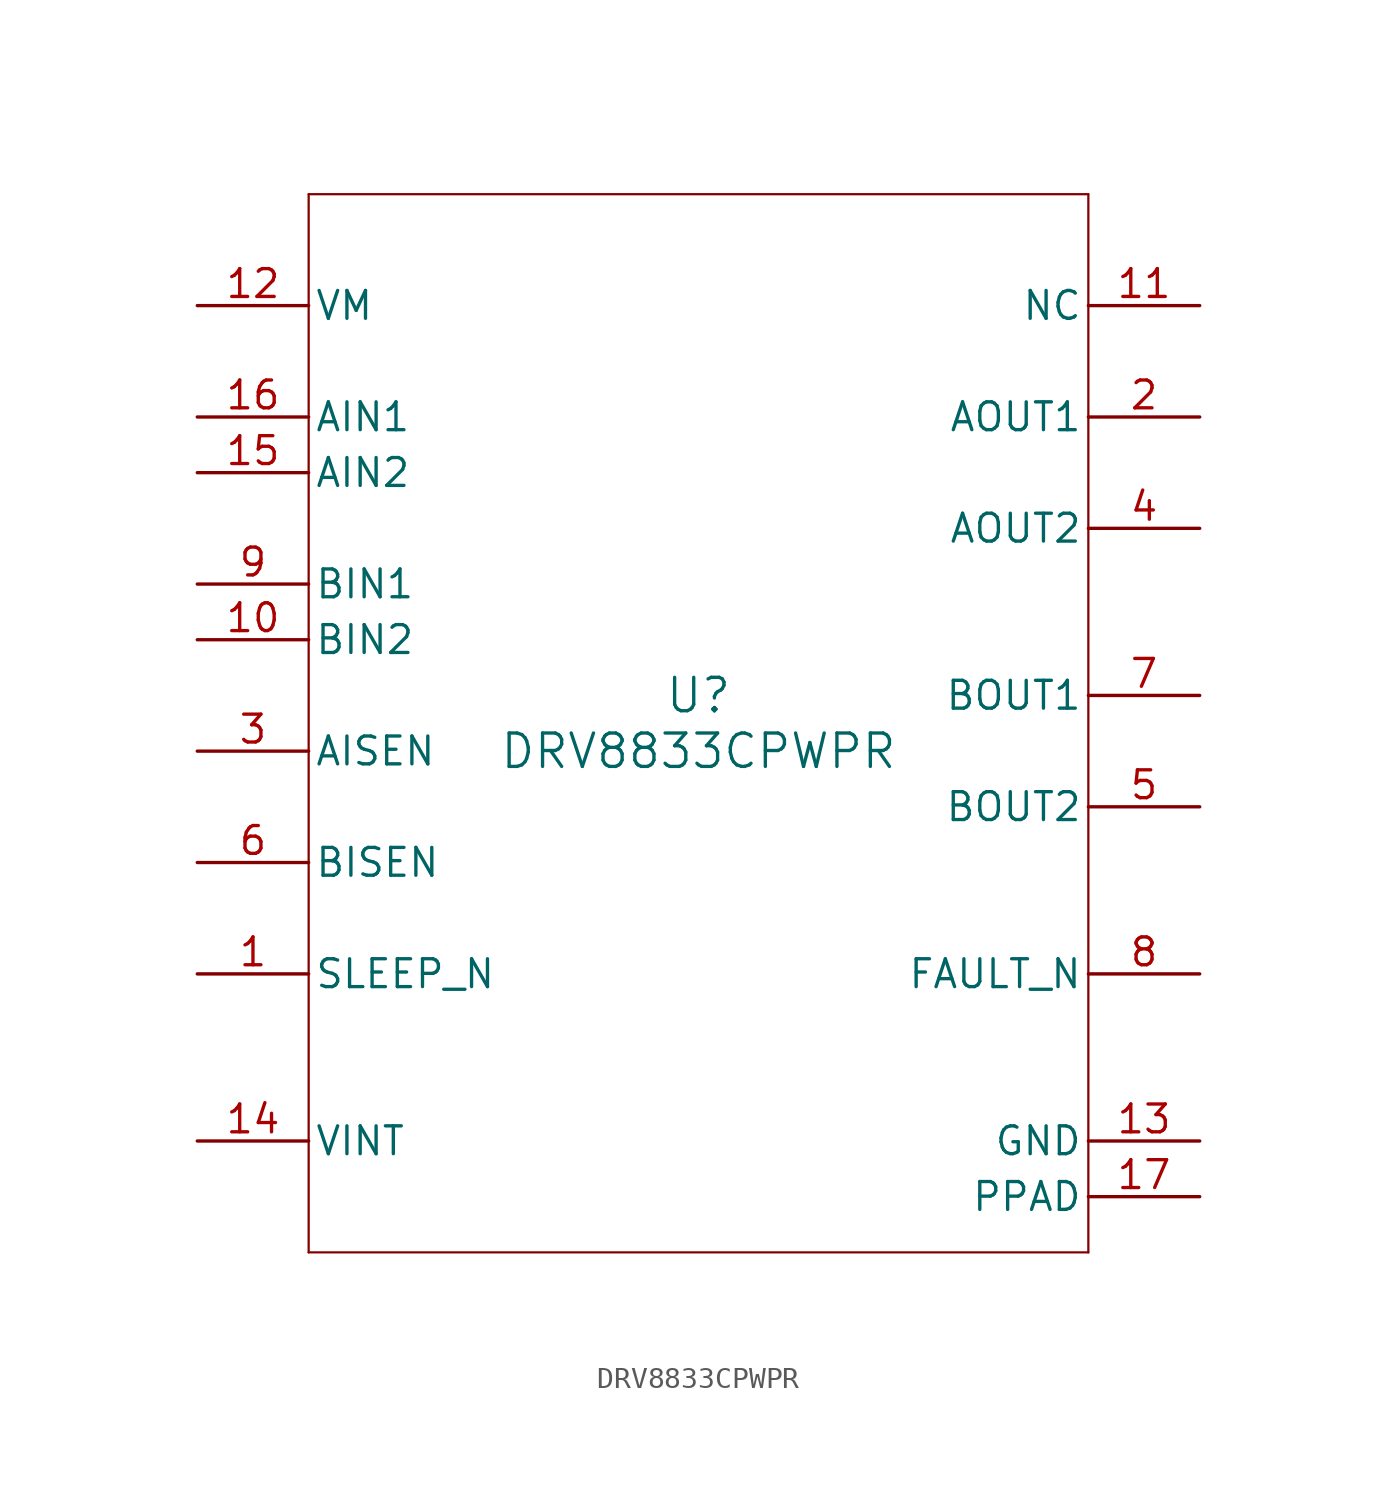
<source format=kicad_sym>
(kicad_symbol_lib
  (version 20211014)
  (generator kicad_symbol_editor)
  (symbol "DRV8833CPWPR"
    (pin_names
      (offset 0.254))
    (property "Reference" "U"
      (at 0 2.54 0)
      (effects (font (size 1.524 1.524))))
    (property "Value" "DRV8833CPWPR"
      (at 0 0 0)
      (effects (font (size 1.524 1.524))))
    (symbol "DRV8833CPWPR_0_1"
      (polyline (pts (xy -17.78 -22.86) (xy 17.78 -22.86)) (stroke (width 0.102) (type default) (color 0 0 0 0)) (fill (type none)))
      (polyline (pts (xy 17.78 -22.86) (xy 17.78 25.4)) (stroke (width 0.102) (type default) (color 0 0 0 0)) (fill (type none)))
      (polyline (pts (xy 17.78 25.4) (xy -17.78 25.4)) (stroke (width 0.102) (type default) (color 0 0 0 0)) (fill (type none)))
      (polyline (pts (xy -17.78 25.4) (xy -17.78 -22.86)) (stroke (width 0.102) (type default) (color 0 0 0 0)) (fill (type none)))
      (pin input line (at -22.86 -10.16 0) (length 5.08) (name "SLEEP_N" (effects (font (size 1.27 1.27)))) (number "1" (effects (font (size 1.27 1.27)))))
      (pin tri_state line (at 22.86 15.24 180) (length 5.08) (name "AOUT1" (effects (font (size 1.27 1.27)))) (number "2" (effects (font (size 1.27 1.27)))))
      (pin input line (at -22.86 0 0) (length 5.08) (name "AISEN" (effects (font (size 1.27 1.27)))) (number "3" (effects (font (size 1.27 1.27)))))
      (pin tri_state line (at 22.86 10.16 180) (length 5.08) (name "AOUT2" (effects (font (size 1.27 1.27)))) (number "4" (effects (font (size 1.27 1.27)))))
      (pin tri_state line (at 22.86 -2.54 180) (length 5.08) (name "BOUT2" (effects (font (size 1.27 1.27)))) (number "5" (effects (font (size 1.27 1.27)))))
      (pin input line (at -22.86 -5.08 0) (length 5.08) (name "BISEN" (effects (font (size 1.27 1.27)))) (number "6" (effects (font (size 1.27 1.27)))))
      (pin tri_state line (at 22.86 2.54 180) (length 5.08) (name "BOUT1" (effects (font (size 1.27 1.27)))) (number "7" (effects (font (size 1.27 1.27)))))
      (pin open_collector line (at 22.86 -10.16 180) (length 5.08) (name "FAULT_N" (effects (font (size 1.27 1.27)))) (number "8" (effects (font (size 1.27 1.27)))))
      (pin input line (at -22.86 7.62 0) (length 5.08) (name "BIN1" (effects (font (size 1.27 1.27)))) (number "9" (effects (font (size 1.27 1.27)))))
      (pin input line (at -22.86 5.08 0) (length 5.08) (name "BIN2" (effects (font (size 1.27 1.27)))) (number "10" (effects (font (size 1.27 1.27)))))
      (pin unspecified line (at 22.86 20.32 180) (length 5.08) (name "NC" (effects (font (size 1.27 1.27)))) (number "11" (effects (font (size 1.27 1.27)))))
      (pin power_in line (at -22.86 20.32 0) (length 5.08) (name "VM" (effects (font (size 1.27 1.27)))) (number "12" (effects (font (size 1.27 1.27)))))
      (pin power_in line (at 22.86 -17.78 180) (length 5.08) (name "GND" (effects (font (size 1.27 1.27)))) (number "13" (effects (font (size 1.27 1.27)))))
      (pin unspecified line (at -22.86 -17.78 0) (length 5.08) (name "VINT" (effects (font (size 1.27 1.27)))) (number "14" (effects (font (size 1.27 1.27)))))
      (pin input line (at -22.86 12.7 0) (length 5.08) (name "AIN2" (effects (font (size 1.27 1.27)))) (number "15" (effects (font (size 1.27 1.27)))))
      (pin input line (at -22.86 15.24 0) (length 5.08) (name "AIN1" (effects (font (size 1.27 1.27)))) (number "16" (effects (font (size 1.27 1.27)))))
      (pin power_in line (at 22.86 -20.32 180) (length 5.08) (name "PPAD" (effects (font (size 1.27 1.27)))) (number "17" (effects (font (size 1.27 1.27))))))))
</source>
